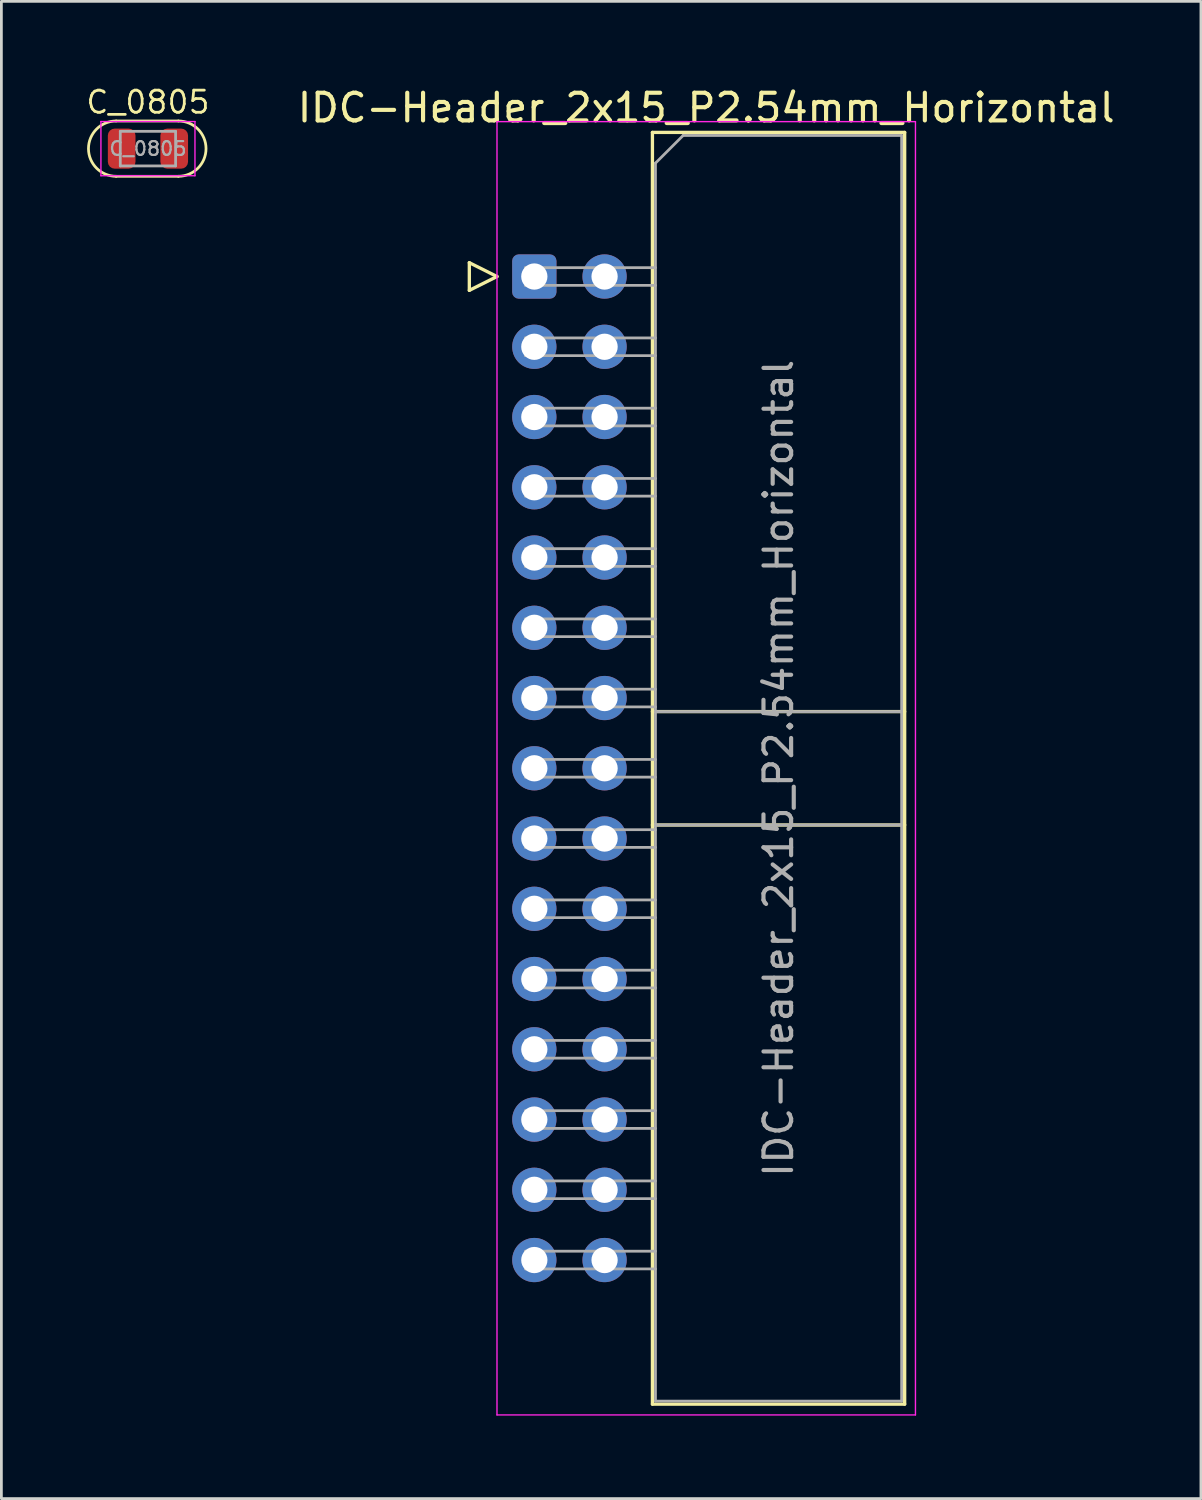
<source format=kicad_pcb>
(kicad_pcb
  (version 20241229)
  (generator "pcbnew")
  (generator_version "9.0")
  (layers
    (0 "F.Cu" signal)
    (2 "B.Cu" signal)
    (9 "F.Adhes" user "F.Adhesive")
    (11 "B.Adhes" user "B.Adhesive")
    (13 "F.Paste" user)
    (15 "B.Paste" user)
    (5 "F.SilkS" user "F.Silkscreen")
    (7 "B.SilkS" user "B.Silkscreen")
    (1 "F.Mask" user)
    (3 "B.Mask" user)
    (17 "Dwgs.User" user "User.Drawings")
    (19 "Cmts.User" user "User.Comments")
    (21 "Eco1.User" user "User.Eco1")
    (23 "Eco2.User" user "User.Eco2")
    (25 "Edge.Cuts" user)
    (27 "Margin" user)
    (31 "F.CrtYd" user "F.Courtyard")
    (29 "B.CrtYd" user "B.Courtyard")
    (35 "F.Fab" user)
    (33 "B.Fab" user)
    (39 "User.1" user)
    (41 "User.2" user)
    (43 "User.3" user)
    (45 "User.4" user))
  (footprint "C_0805"
    (layer "F.Cu")
    (at 2.299 2.324)
    (property "Reference" "C_0805" (at 0 -1.68 0) (unlocked yes) (layer "F.SilkS") (effects (font (size 0.8 0.8) (thickness 0.1))))
    (attr smd)
    (fp_line (start -1.15 -1) (end 1.1 -1) (stroke (width 0.1) (type default)) (layer "F.SilkS"))
    (fp_line (start -1.15 1) (end 1.1 1) (stroke (width 0.1) (type default)) (layer "F.SilkS"))
    (fp_arc (start -1.15 1) (mid -2.15 0) (end -1.15 -1) (stroke (width 0.1) (type default)) (layer "F.SilkS"))
    (fp_arc (start 1.1 -0.999999) (mid 2.099999 0) (end 1.1 0.999999) (stroke (width 0.1) (type default)) (layer "F.SilkS"))
    (fp_line (start -1.7 -0.98) (end 1.7 -0.98) (stroke (width 0.05) (type solid)) (layer "F.CrtYd"))
    (fp_line (start -1.7 0.98) (end -1.7 -0.98) (stroke (width 0.05) (type solid)) (layer "F.CrtYd"))
    (fp_line (start 1.7 -0.98) (end 1.7 0.98) (stroke (width 0.05) (type solid)) (layer "F.CrtYd"))
    (fp_line (start 1.7 0.98) (end -1.7 0.98) (stroke (width 0.05) (type solid)) (layer "F.CrtYd"))
    (fp_line (start -1 -0.625) (end 1 -0.625) (stroke (width 0.1) (type solid)) (layer "F.Fab"))
    (fp_line (start -1 0.625) (end -1 -0.625) (stroke (width 0.1) (type solid)) (layer "F.Fab"))
    (fp_line (start 1 -0.625) (end 1 0.625) (stroke (width 0.1) (type solid)) (layer "F.Fab"))
    (fp_line (start 1 0.625) (end -1 0.625) (stroke (width 0.1) (type solid)) (layer "F.Fab"))
    (fp_text user "${REFERENCE}" (at 0 0 0) (layer "F.Fab") (effects (font (size 0.5 0.5) (thickness 0.08))))
    (pad "1" smd roundrect (at -0.95 0) (size 1 1.45) (layers "F.Cu" "F.Mask" "F.Paste") (roundrect_rratio 0.25))
    (pad "2" smd roundrect (at 0.95 0) (size 1 1.45) (layers "F.Cu" "F.Mask" "F.Paste") (roundrect_rratio 0.25)))
  (footprint "IDC-Header_2x15_P2.54mm_Horizontal"
    (layer "F.Cu")
    (at 16.269 6.948)
    (property "Reference" "IDC-Header_2x15_P2.54mm_Horizontal" (at 6.215 -6.1 0) (layer "F.SilkS") (effects (font (size 1 1) (thickness 0.15))))
    (attr through_hole)
    (fp_line (start -2.35 -0.5) (end -2.35 0.5) (stroke (width 0.12) (type solid)) (layer "F.SilkS"))
    (fp_line (start -2.35 0.5) (end -1.35 0) (stroke (width 0.12) (type solid)) (layer "F.SilkS"))
    (fp_line (start -1.35 0) (end -2.35 -0.5) (stroke (width 0.12) (type solid)) (layer "F.SilkS"))
    (fp_line (start 4.27 -5.21) (end 13.39 -5.21) (stroke (width 0.12) (type solid)) (layer "F.SilkS"))
    (fp_line (start 4.27 15.73) (end 13.39 15.73) (stroke (width 0.12) (type solid)) (layer "F.SilkS"))
    (fp_line (start 4.27 19.83) (end 13.39 19.83) (stroke (width 0.12) (type solid)) (layer "F.SilkS"))
    (fp_line (start 4.27 40.77) (end 4.27 -5.21) (stroke (width 0.12) (type solid)) (layer "F.SilkS"))
    (fp_line (start 13.39 -5.21) (end 13.39 40.77) (stroke (width 0.12) (type solid)) (layer "F.SilkS"))
    (fp_line (start 13.39 40.77) (end 4.27 40.77) (stroke (width 0.12) (type solid)) (layer "F.SilkS"))
    (fp_line (start -1.35 -5.6) (end -1.35 41.16) (stroke (width 0.05) (type solid)) (layer "F.CrtYd"))
    (fp_line (start -1.35 41.16) (end 13.78 41.16) (stroke (width 0.05) (type solid)) (layer "F.CrtYd"))
    (fp_line (start 13.78 -5.6) (end -1.35 -5.6) (stroke (width 0.05) (type solid)) (layer "F.CrtYd"))
    (fp_line (start 13.78 41.16) (end 13.78 -5.6) (stroke (width 0.05) (type solid)) (layer "F.CrtYd"))
    (fp_line (start -0.32 -0.32) (end -0.32 0.32) (stroke (width 0.1) (type solid)) (layer "F.Fab"))
    (fp_line (start -0.32 0.32) (end 4.38 0.32) (stroke (width 0.1) (type solid)) (layer "F.Fab"))
    (fp_line (start -0.32 2.22) (end -0.32 2.86) (stroke (width 0.1) (type solid)) (layer "F.Fab"))
    (fp_line (start -0.32 2.86) (end 4.38 2.86) (stroke (width 0.1) (type solid)) (layer "F.Fab"))
    (fp_line (start -0.32 4.76) (end -0.32 5.4) (stroke (width 0.1) (type solid)) (layer "F.Fab"))
    (fp_line (start -0.32 5.4) (end 4.38 5.4) (stroke (width 0.1) (type solid)) (layer "F.Fab"))
    (fp_line (start -0.32 7.3) (end -0.32 7.94) (stroke (width 0.1) (type solid)) (layer "F.Fab"))
    (fp_line (start -0.32 7.94) (end 4.38 7.94) (stroke (width 0.1) (type solid)) (layer "F.Fab"))
    (fp_line (start -0.32 9.84) (end -0.32 10.48) (stroke (width 0.1) (type solid)) (layer "F.Fab"))
    (fp_line (start -0.32 10.48) (end 4.38 10.48) (stroke (width 0.1) (type solid)) (layer "F.Fab"))
    (fp_line (start -0.32 12.38) (end -0.32 13.02) (stroke (width 0.1) (type solid)) (layer "F.Fab"))
    (fp_line (start -0.32 13.02) (end 4.38 13.02) (stroke (width 0.1) (type solid)) (layer "F.Fab"))
    (fp_line (start -0.32 14.92) (end -0.32 15.56) (stroke (width 0.1) (type solid)) (layer "F.Fab"))
    (fp_line (start -0.32 15.56) (end 4.38 15.56) (stroke (width 0.1) (type solid)) (layer "F.Fab"))
    (fp_line (start -0.32 17.46) (end -0.32 18.1) (stroke (width 0.1) (type solid)) (layer "F.Fab"))
    (fp_line (start -0.32 18.1) (end 4.38 18.1) (stroke (width 0.1) (type solid)) (layer "F.Fab"))
    (fp_line (start -0.32 20) (end -0.32 20.64) (stroke (width 0.1) (type solid)) (layer "F.Fab"))
    (fp_line (start -0.32 20.64) (end 4.38 20.64) (stroke (width 0.1) (type solid)) (layer "F.Fab"))
    (fp_line (start -0.32 22.54) (end -0.32 23.18) (stroke (width 0.1) (type solid)) (layer "F.Fab"))
    (fp_line (start -0.32 23.18) (end 4.38 23.18) (stroke (width 0.1) (type solid)) (layer "F.Fab"))
    (fp_line (start -0.32 25.08) (end -0.32 25.72) (stroke (width 0.1) (type solid)) (layer "F.Fab"))
    (fp_line (start -0.32 25.72) (end 4.38 25.72) (stroke (width 0.1) (type solid)) (layer "F.Fab"))
    (fp_line (start -0.32 27.62) (end -0.32 28.26) (stroke (width 0.1) (type solid)) (layer "F.Fab"))
    (fp_line (start -0.32 28.26) (end 4.38 28.26) (stroke (width 0.1) (type solid)) (layer "F.Fab"))
    (fp_line (start -0.32 30.16) (end -0.32 30.8) (stroke (width 0.1) (type solid)) (layer "F.Fab"))
    (fp_line (start -0.32 30.8) (end 4.38 30.8) (stroke (width 0.1) (type solid)) (layer "F.Fab"))
    (fp_line (start -0.32 32.7) (end -0.32 33.34) (stroke (width 0.1) (type solid)) (layer "F.Fab"))
    (fp_line (start -0.32 33.34) (end 4.38 33.34) (stroke (width 0.1) (type solid)) (layer "F.Fab"))
    (fp_line (start -0.32 35.24) (end -0.32 35.88) (stroke (width 0.1) (type solid)) (layer "F.Fab"))
    (fp_line (start -0.32 35.88) (end 4.38 35.88) (stroke (width 0.1) (type solid)) (layer "F.Fab"))
    (fp_line (start 4.38 -4.1) (end 5.38 -5.1) (stroke (width 0.1) (type solid)) (layer "F.Fab"))
    (fp_line (start 4.38 -0.32) (end -0.32 -0.32) (stroke (width 0.1) (type solid)) (layer "F.Fab"))
    (fp_line (start 4.38 2.22) (end -0.32 2.22) (stroke (width 0.1) (type solid)) (layer "F.Fab"))
    (fp_line (start 4.38 4.76) (end -0.32 4.76) (stroke (width 0.1) (type solid)) (layer "F.Fab"))
    (fp_line (start 4.38 7.3) (end -0.32 7.3) (stroke (width 0.1) (type solid)) (layer "F.Fab"))
    (fp_line (start 4.38 9.84) (end -0.32 9.84) (stroke (width 0.1) (type solid)) (layer "F.Fab"))
    (fp_line (start 4.38 12.38) (end -0.32 12.38) (stroke (width 0.1) (type solid)) (layer "F.Fab"))
    (fp_line (start 4.38 14.92) (end -0.32 14.92) (stroke (width 0.1) (type solid)) (layer "F.Fab"))
    (fp_line (start 4.38 15.73) (end 13.28 15.73) (stroke (width 0.1) (type solid)) (layer "F.Fab"))
    (fp_line (start 4.38 17.46) (end -0.32 17.46) (stroke (width 0.1) (type solid)) (layer "F.Fab"))
    (fp_line (start 4.38 19.83) (end 13.28 19.83) (stroke (width 0.1) (type solid)) (layer "F.Fab"))
    (fp_line (start 4.38 20) (end -0.32 20) (stroke (width 0.1) (type solid)) (layer "F.Fab"))
    (fp_line (start 4.38 22.54) (end -0.32 22.54) (stroke (width 0.1) (type solid)) (layer "F.Fab"))
    (fp_line (start 4.38 25.08) (end -0.32 25.08) (stroke (width 0.1) (type solid)) (layer "F.Fab"))
    (fp_line (start 4.38 27.62) (end -0.32 27.62) (stroke (width 0.1) (type solid)) (layer "F.Fab"))
    (fp_line (start 4.38 30.16) (end -0.32 30.16) (stroke (width 0.1) (type solid)) (layer "F.Fab"))
    (fp_line (start 4.38 32.7) (end -0.32 32.7) (stroke (width 0.1) (type solid)) (layer "F.Fab"))
    (fp_line (start 4.38 35.24) (end -0.32 35.24) (stroke (width 0.1) (type solid)) (layer "F.Fab"))
    (fp_line (start 4.38 40.66) (end 4.38 -4.1) (stroke (width 0.1) (type solid)) (layer "F.Fab"))
    (fp_line (start 5.38 -5.1) (end 13.28 -5.1) (stroke (width 0.1) (type solid)) (layer "F.Fab"))
    (fp_line (start 13.28 -5.1) (end 13.28 40.66) (stroke (width 0.1) (type solid)) (layer "F.Fab"))
    (fp_line (start 13.28 40.66) (end 4.38 40.66) (stroke (width 0.1) (type solid)) (layer "F.Fab"))
    (fp_text user "${REFERENCE}" (at 8.83 17.78 90) (layer "F.Fab") (effects (font (size 1 1) (thickness 0.15))))
    (pad "1" thru_hole roundrect (at 0 0) (size 1.6 1.6) (drill 0.95) (layers "*.Cu" "*.Mask") (roundrect_rratio 0.147))
    (pad "2" thru_hole circle (at 2.54 0) (size 1.6 1.6) (drill 0.95) (layers "*.Cu" "*.Mask"))
    (pad "3" thru_hole circle (at 0 2.54) (size 1.6 1.6) (drill 0.95) (layers "*.Cu" "*.Mask"))
    (pad "4" thru_hole circle (at 2.54 2.54) (size 1.6 1.6) (drill 0.95) (layers "*.Cu" "*.Mask"))
    (pad "5" thru_hole circle (at 0 5.08) (size 1.6 1.6) (drill 0.95) (layers "*.Cu" "*.Mask"))
    (pad "6" thru_hole circle (at 2.54 5.08) (size 1.6 1.6) (drill 0.95) (layers "*.Cu" "*.Mask"))
    (pad "7" thru_hole circle (at 0 7.62) (size 1.6 1.6) (drill 0.95) (layers "*.Cu" "*.Mask"))
    (pad "8" thru_hole circle (at 2.54 7.62) (size 1.6 1.6) (drill 0.95) (layers "*.Cu" "*.Mask"))
    (pad "9" thru_hole circle (at 0 10.16) (size 1.6 1.6) (drill 0.95) (layers "*.Cu" "*.Mask"))
    (pad "10" thru_hole circle (at 2.54 10.16) (size 1.6 1.6) (drill 0.95) (layers "*.Cu" "*.Mask"))
    (pad "11" thru_hole circle (at 0 12.7) (size 1.6 1.6) (drill 0.95) (layers "*.Cu" "*.Mask"))
    (pad "12" thru_hole circle (at 2.54 12.7) (size 1.6 1.6) (drill 0.95) (layers "*.Cu" "*.Mask"))
    (pad "13" thru_hole circle (at 0 15.24) (size 1.6 1.6) (drill 0.95) (layers "*.Cu" "*.Mask"))
    (pad "14" thru_hole circle (at 2.54 15.24) (size 1.6 1.6) (drill 0.95) (layers "*.Cu" "*.Mask"))
    (pad "15" thru_hole circle (at 0 17.78) (size 1.6 1.6) (drill 0.95) (layers "*.Cu" "*.Mask"))
    (pad "16" thru_hole circle (at 2.54 17.78) (size 1.6 1.6) (drill 0.95) (layers "*.Cu" "*.Mask"))
    (pad "17" thru_hole circle (at 0 20.32) (size 1.6 1.6) (drill 0.95) (layers "*.Cu" "*.Mask"))
    (pad "18" thru_hole circle (at 2.54 20.32) (size 1.6 1.6) (drill 0.95) (layers "*.Cu" "*.Mask"))
    (pad "19" thru_hole circle (at 0 22.86) (size 1.6 1.6) (drill 0.95) (layers "*.Cu" "*.Mask"))
    (pad "20" thru_hole circle (at 2.54 22.86) (size 1.6 1.6) (drill 0.95) (layers "*.Cu" "*.Mask"))
    (pad "21" thru_hole circle (at 0 25.4) (size 1.6 1.6) (drill 0.95) (layers "*.Cu" "*.Mask"))
    (pad "22" thru_hole circle (at 2.54 25.4) (size 1.6 1.6) (drill 0.95) (layers "*.Cu" "*.Mask"))
    (pad "23" thru_hole circle (at 0 27.94) (size 1.6 1.6) (drill 0.95) (layers "*.Cu" "*.Mask"))
    (pad "24" thru_hole circle (at 2.54 27.94) (size 1.6 1.6) (drill 0.95) (layers "*.Cu" "*.Mask"))
    (pad "25" thru_hole circle (at 0 30.48) (size 1.6 1.6) (drill 0.95) (layers "*.Cu" "*.Mask"))
    (pad "26" thru_hole circle (at 2.54 30.48) (size 1.6 1.6) (drill 0.95) (layers "*.Cu" "*.Mask"))
    (pad "27" thru_hole circle (at 0 33.02) (size 1.6 1.6) (drill 0.95) (layers "*.Cu" "*.Mask"))
    (pad "28" thru_hole circle (at 2.54 33.02) (size 1.6 1.6) (drill 0.95) (layers "*.Cu" "*.Mask"))
    (pad "29" thru_hole circle (at 0 35.56) (size 1.6 1.6) (drill 0.95) (layers "*.Cu" "*.Mask"))
    (pad "30" thru_hole circle (at 2.54 35.56) (size 1.6 1.6) (drill 0.95) (layers "*.Cu" "*.Mask")))
  (gr_rect
    (start -3 -3)
    (end 40.371 51.133)
    (stroke (width 0.1) (type default))
    (fill no)
    (layer "Edge.Cuts")))
</source>
